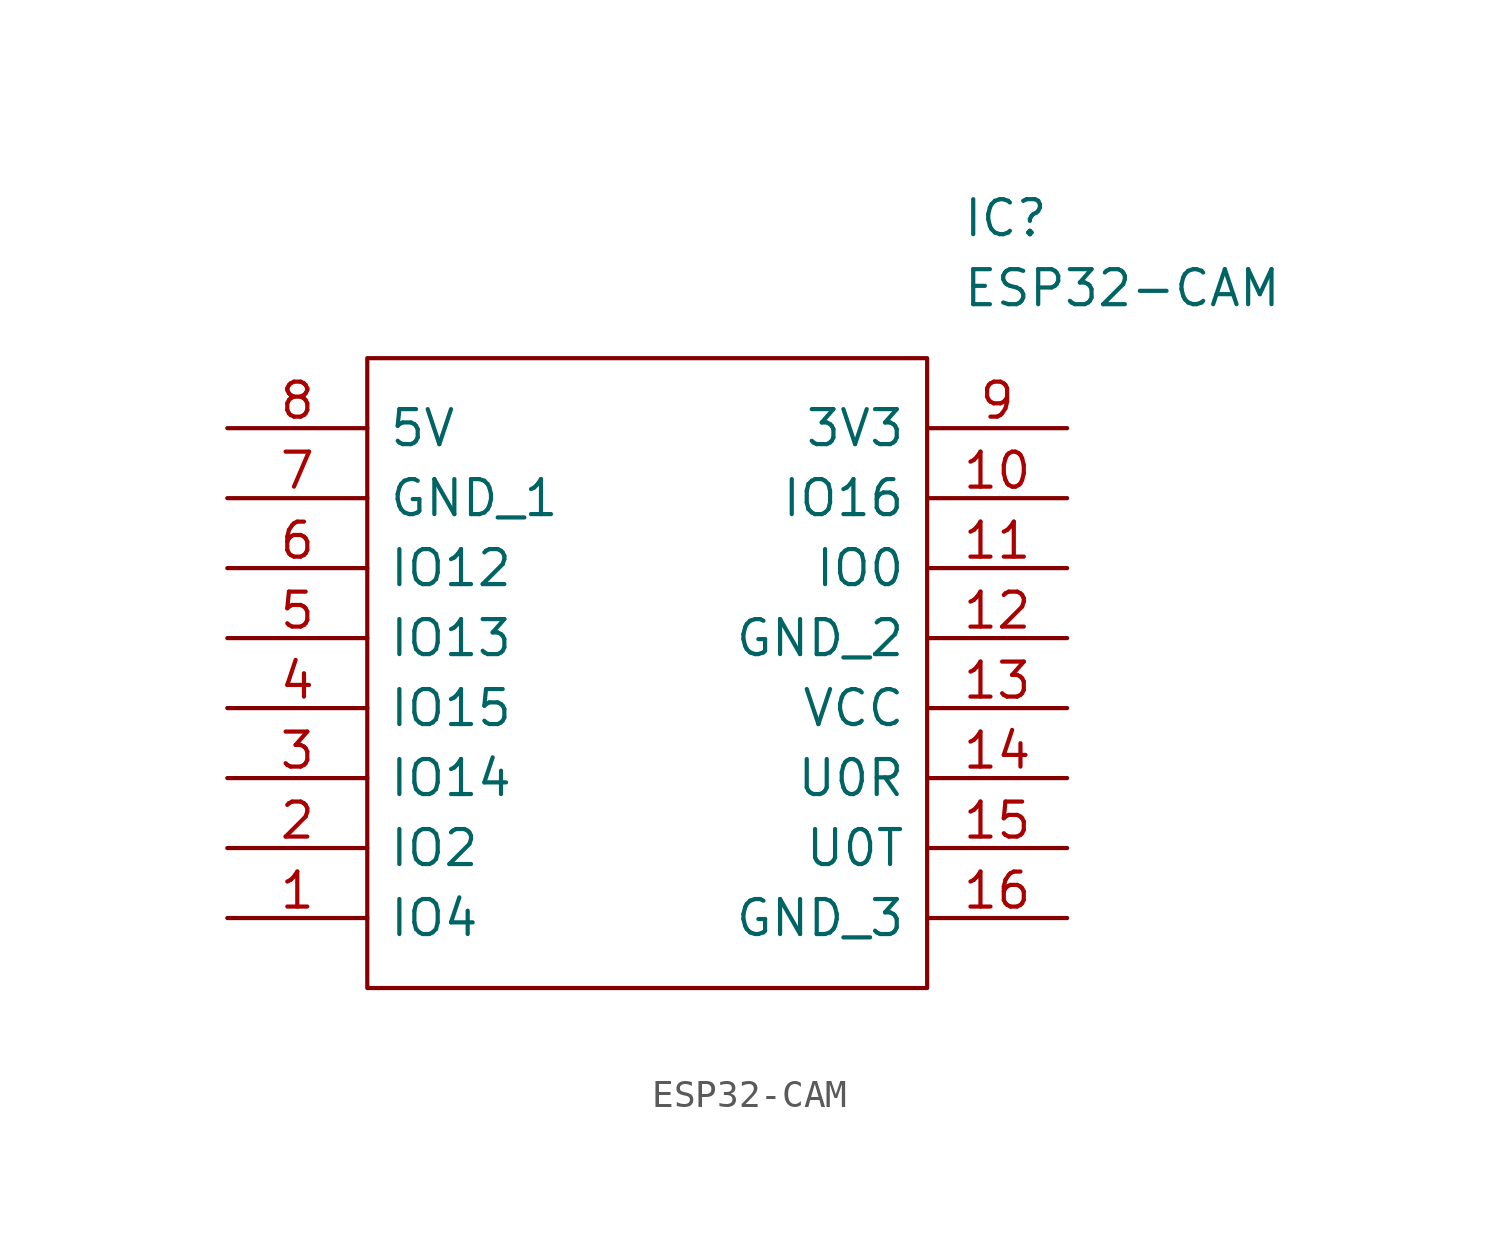
<source format=kicad_sym>
(kicad_symbol_lib
  (version 20211014)
  (generator kicad_symbol_editor)
  (symbol "ESP32-CAM"
    (pin_names
      (offset 0.762))
    (property "Reference" "IC"
      (at 26.67 7.62 0)
      (effects (font (size 1.27 1.27)) (justify left)))
    (property "Value" "ESP32-CAM"
      (at 26.67 5.08 0)
      (effects (font (size 1.27 1.27)) (justify left)))
    (symbol "ESP32-CAM_0_0"
      (pin passive line (at 0 -17.78 0) (length 5.08) (name "IO4" (effects (font (size 1.27 1.27)))) (number "1" (effects (font (size 1.27 1.27)))))
      (pin passive line (at 30.48 -2.54 180) (length 5.08) (name "IO16" (effects (font (size 1.27 1.27)))) (number "10" (effects (font (size 1.27 1.27)))))
      (pin passive line (at 30.48 -5.08 180) (length 5.08) (name "IO0" (effects (font (size 1.27 1.27)))) (number "11" (effects (font (size 1.27 1.27)))))
      (pin passive line (at 30.48 -7.62 180) (length 5.08) (name "GND_2" (effects (font (size 1.27 1.27)))) (number "12" (effects (font (size 1.27 1.27)))))
      (pin passive line (at 30.48 -10.16 180) (length 5.08) (name "VCC" (effects (font (size 1.27 1.27)))) (number "13" (effects (font (size 1.27 1.27)))))
      (pin passive line (at 30.48 -12.7 180) (length 5.08) (name "U0R" (effects (font (size 1.27 1.27)))) (number "14" (effects (font (size 1.27 1.27)))))
      (pin passive line (at 30.48 -15.24 180) (length 5.08) (name "U0T" (effects (font (size 1.27 1.27)))) (number "15" (effects (font (size 1.27 1.27)))))
      (pin passive line (at 30.48 -17.78 180) (length 5.08) (name "GND_3" (effects (font (size 1.27 1.27)))) (number "16" (effects (font (size 1.27 1.27)))))
      (pin passive line (at 0 -15.24 0) (length 5.08) (name "IO2" (effects (font (size 1.27 1.27)))) (number "2" (effects (font (size 1.27 1.27)))))
      (pin passive line (at 0 -12.7 0) (length 5.08) (name "IO14" (effects (font (size 1.27 1.27)))) (number "3" (effects (font (size 1.27 1.27)))))
      (pin passive line (at 0 -10.16 0) (length 5.08) (name "IO15" (effects (font (size 1.27 1.27)))) (number "4" (effects (font (size 1.27 1.27)))))
      (pin passive line (at 0 -7.62 0) (length 5.08) (name "IO13" (effects (font (size 1.27 1.27)))) (number "5" (effects (font (size 1.27 1.27)))))
      (pin passive line (at 0 -5.08 0) (length 5.08) (name "IO12" (effects (font (size 1.27 1.27)))) (number "6" (effects (font (size 1.27 1.27)))))
      (pin passive line (at 0 -2.54 0) (length 5.08) (name "GND_1" (effects (font (size 1.27 1.27)))) (number "7" (effects (font (size 1.27 1.27)))))
      (pin passive line (at 0 0 0) (length 5.08) (name "5V" (effects (font (size 1.27 1.27)))) (number "8" (effects (font (size 1.27 1.27)))))
      (pin passive line (at 30.48 0 180) (length 5.08) (name "3V3" (effects (font (size 1.27 1.27)))) (number "9" (effects (font (size 1.27 1.27))))))
    (symbol "ESP32-CAM_0_1"
      (polyline (pts (xy 5.08 2.54) (xy 25.4 2.54) (xy 25.4 -20.32) (xy 5.08 -20.32) (xy 5.08 2.54)) (stroke (width 0.152) (type default) (color 0 0 0 0)) (fill (type none))))))
</source>
